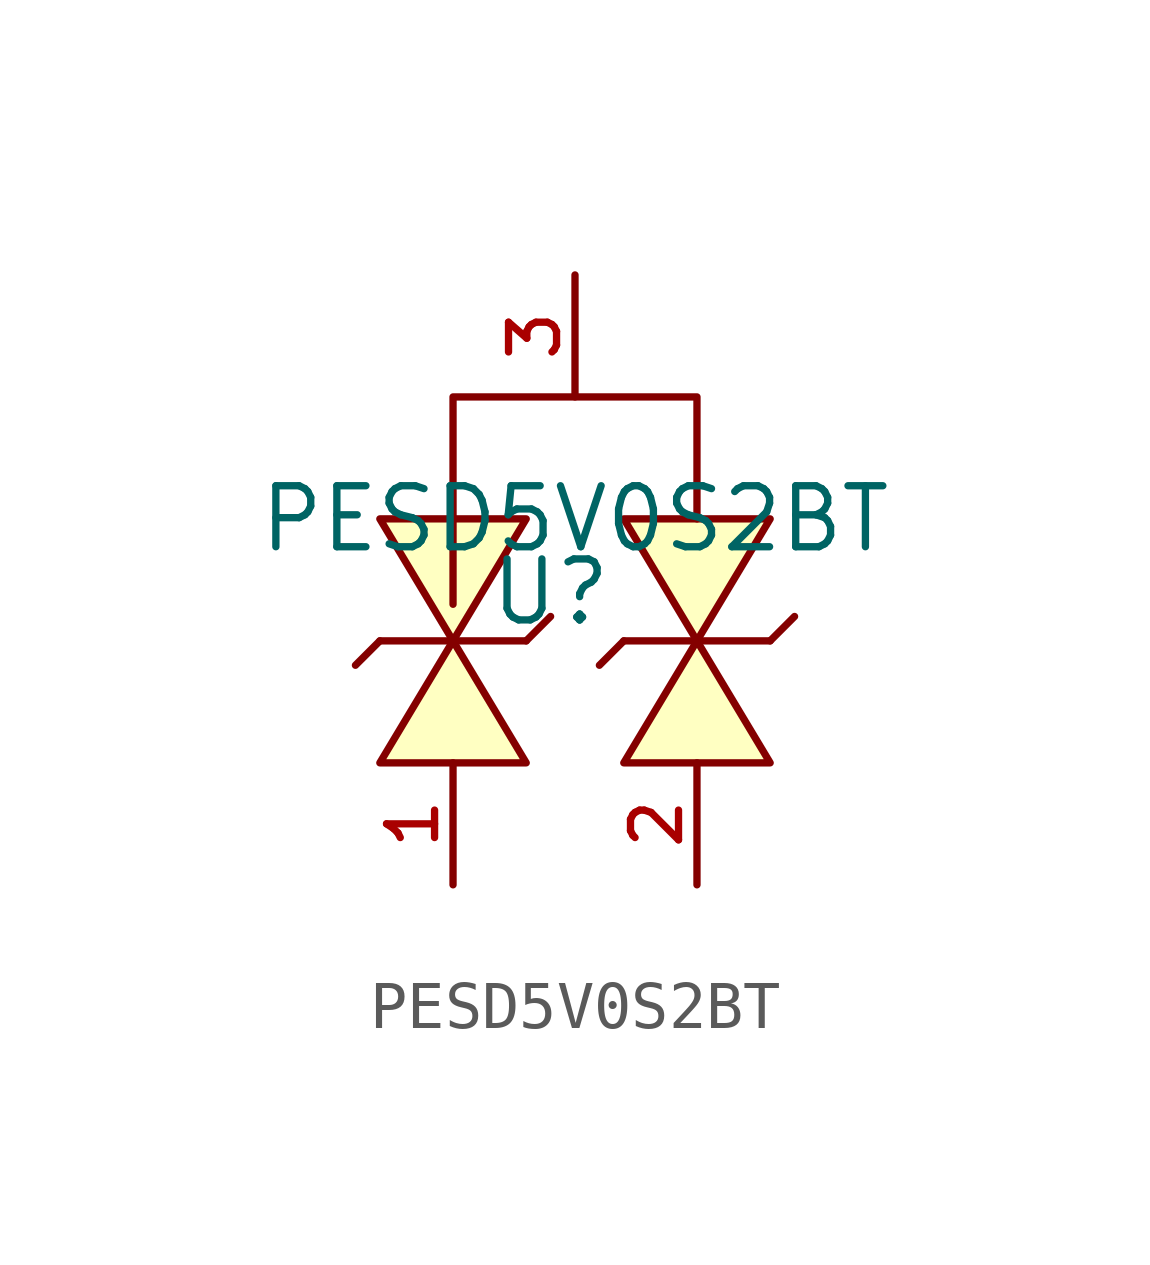
<source format=kicad_sym>
(kicad_symbol_lib
  (version 20231120)
  (generator "kicad_symbol_editor")
  (generator_version "8.0")
  (symbol "PESD5V0S2BT"
    (pin_names hide)
    (property "Reference" "U"
      (at -0.508 -1.524 0)
      (effects (font (size 1.27 1.27))))
    (property "Value" "PESD5V0S2BT"
      (at 0 0 0)
      (effects (font (size 1.27 1.27))))
    (symbol "PESD5V0S2BT_0_1"
      (polyline (pts (xy -1.016 -2.54) (xy -4.064 -2.54)) (stroke (width 0) (type default)) (fill (type none)))
      (polyline (pts (xy 4.064 -2.54) (xy 1.016 -2.54)) (stroke (width 0) (type default)) (fill (type none)))
      (polyline (pts (xy -4.064 -2.54) (xy -4.572 -3.048) (xy -4.064 -2.54)) (stroke (width 0) (type default)) (fill (type none)))
      (polyline (pts (xy -1.016 -2.54) (xy -0.508 -2.032) (xy -1.016 -2.54)) (stroke (width 0) (type default)) (fill (type none)))
      (polyline (pts (xy 1.016 -2.54) (xy 0.508 -3.048) (xy 1.016 -2.54)) (stroke (width 0) (type default)) (fill (type none)))
      (polyline (pts (xy 4.064 -2.54) (xy 4.572 -2.032) (xy 4.064 -2.54)) (stroke (width 0) (type default)) (fill (type none)))
      (polyline (pts (xy -4.064 -5.08) (xy -2.54 -2.54) (xy -1.016 -5.08) (xy -4.064 -5.08)) (stroke (width 0) (type default)) (fill (type background)))
      (polyline (pts (xy -4.064 0) (xy -2.54 -2.54) (xy -1.016 0) (xy -4.064 0)) (stroke (width 0) (type default)) (fill (type background)))
      (polyline (pts (xy 1.016 -5.08) (xy 2.54 -2.54) (xy 4.064 -5.08) (xy 1.016 -5.08)) (stroke (width 0) (type default)) (fill (type background)))
      (polyline (pts (xy 1.016 0) (xy 2.54 -2.54) (xy 4.064 0) (xy 1.016 0)) (stroke (width 0) (type default)) (fill (type background)))
      (polyline (pts (xy 2.54 0) (xy 2.54 2.54) (xy 0 2.54) (xy -2.54 2.54) (xy -2.54 -1.778)) (stroke (width 0) (type default)) (fill (type none))))
    (symbol "PESD5V0S2BT_1_1"
      (pin passive line (at -2.54 -7.62 90) (length 2.54) (name "1" (effects (font (size 1 1)))) (number "1" (effects (font (size 1 1)))))
      (pin passive line (at 2.54 -7.62 90) (length 2.54) (name "2" (effects (font (size 1 1)))) (number "2" (effects (font (size 1 1)))))
      (pin passive line (at 0 5.08 270) (length 2.54) (name "3" (effects (font (size 1 1)))) (number "3" (effects (font (size 1 1))))))))
</source>
